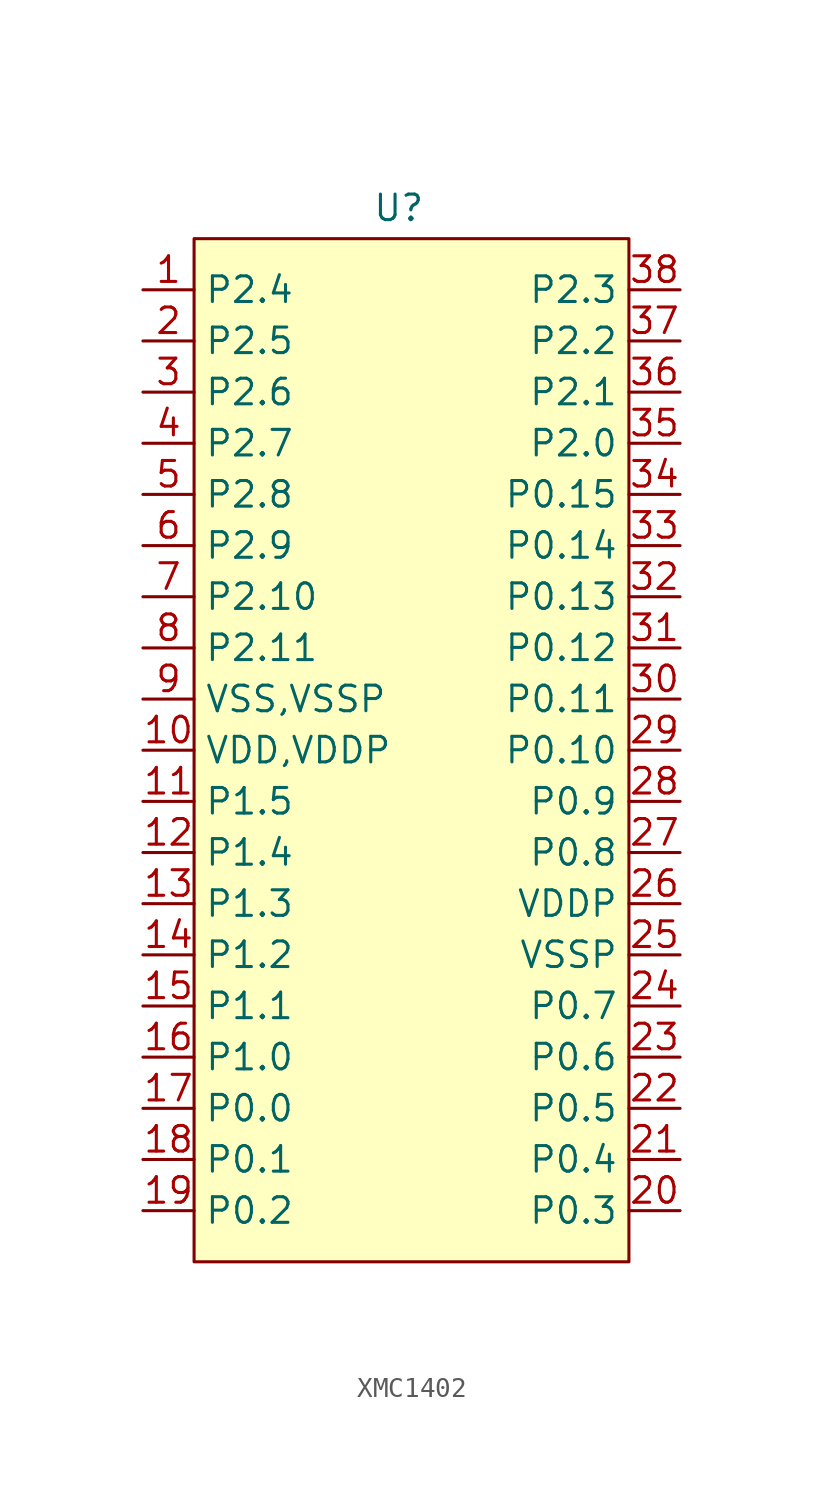
<source format=kicad_sym>
(kicad_symbol_lib
  (version 20231120)
  (generator "kicad_symbol_editor")
  (generator_version "8.0")
  (symbol "XMC1402"
    (property "Reference" "U"
      (at 3.81 15.494 0)
      (effects (font (size 1.27 1.27))))
    (property "Value" ""
      (at 0 0 0)
      (effects (font (size 1.27 1.27))))
    (symbol "XMC1402_1_1"
      (rectangle (start -6.35 13.97) (end 15.24 -36.83) (stroke (width 0) (type default)) (fill (type background)))
      (pin input line (at -8.89 11.43 0) (length 2.54) (name "P2.4" (effects (font (size 1.27 1.27)))) (number "1" (effects (font (size 1.27 1.27)))))
      (pin power_in line (at -8.89 -11.43 0) (length 2.54) (name "VDD,VDDP" (effects (font (size 1.27 1.27)))) (number "10" (effects (font (size 1.27 1.27)))))
      (pin input line (at -8.89 -13.97 0) (length 2.54) (name "P1.5" (effects (font (size 1.27 1.27)))) (number "11" (effects (font (size 1.27 1.27)))))
      (pin input line (at -8.89 -16.51 0) (length 2.54) (name "P1.4" (effects (font (size 1.27 1.27)))) (number "12" (effects (font (size 1.27 1.27)))))
      (pin input line (at -8.89 -19.05 0) (length 2.54) (name "P1.3" (effects (font (size 1.27 1.27)))) (number "13" (effects (font (size 1.27 1.27)))))
      (pin input line (at -8.89 -21.59 0) (length 2.54) (name "P1.2" (effects (font (size 1.27 1.27)))) (number "14" (effects (font (size 1.27 1.27)))))
      (pin input line (at -8.89 -24.13 0) (length 2.54) (name "P1.1" (effects (font (size 1.27 1.27)))) (number "15" (effects (font (size 1.27 1.27)))))
      (pin input line (at -8.89 -26.67 0) (length 2.54) (name "P1.0" (effects (font (size 1.27 1.27)))) (number "16" (effects (font (size 1.27 1.27)))))
      (pin input line (at -8.89 -29.21 0) (length 2.54) (name "P0.0" (effects (font (size 1.27 1.27)))) (number "17" (effects (font (size 1.27 1.27)))))
      (pin input line (at -8.89 -31.75 0) (length 2.54) (name "P0.1" (effects (font (size 1.27 1.27)))) (number "18" (effects (font (size 1.27 1.27)))))
      (pin input line (at -8.89 -34.29 0) (length 2.54) (name "P0.2" (effects (font (size 1.27 1.27)))) (number "19" (effects (font (size 1.27 1.27)))))
      (pin input line (at -8.89 8.89 0) (length 2.54) (name "P2.5" (effects (font (size 1.27 1.27)))) (number "2" (effects (font (size 1.27 1.27)))))
      (pin input line (at 17.78 -34.29 180) (length 2.54) (name "P0.3" (effects (font (size 1.27 1.27)))) (number "20" (effects (font (size 1.27 1.27)))))
      (pin input line (at 17.78 -31.75 180) (length 2.54) (name "P0.4" (effects (font (size 1.27 1.27)))) (number "21" (effects (font (size 1.27 1.27)))))
      (pin input line (at 17.78 -29.21 180) (length 2.54) (name "P0.5" (effects (font (size 1.27 1.27)))) (number "22" (effects (font (size 1.27 1.27)))))
      (pin input line (at 17.78 -26.67 180) (length 2.54) (name "P0.6" (effects (font (size 1.27 1.27)))) (number "23" (effects (font (size 1.27 1.27)))))
      (pin input line (at 17.78 -24.13 180) (length 2.54) (name "P0.7" (effects (font (size 1.27 1.27)))) (number "24" (effects (font (size 1.27 1.27)))))
      (pin power_in line (at 17.78 -21.59 180) (length 2.54) (name "VSSP" (effects (font (size 1.27 1.27)))) (number "25" (effects (font (size 1.27 1.27)))))
      (pin power_in line (at 17.78 -19.05 180) (length 2.54) (name "VDDP" (effects (font (size 1.27 1.27)))) (number "26" (effects (font (size 1.27 1.27)))))
      (pin input line (at 17.78 -16.51 180) (length 2.54) (name "P0.8" (effects (font (size 1.27 1.27)))) (number "27" (effects (font (size 1.27 1.27)))))
      (pin input line (at 17.78 -13.97 180) (length 2.54) (name "P0.9" (effects (font (size 1.27 1.27)))) (number "28" (effects (font (size 1.27 1.27)))))
      (pin input line (at 17.78 -11.43 180) (length 2.54) (name "P0.10" (effects (font (size 1.27 1.27)))) (number "29" (effects (font (size 1.27 1.27)))))
      (pin input line (at -8.89 6.35 0) (length 2.54) (name "P2.6" (effects (font (size 1.27 1.27)))) (number "3" (effects (font (size 1.27 1.27)))))
      (pin input line (at 17.78 -8.89 180) (length 2.54) (name "P0.11" (effects (font (size 1.27 1.27)))) (number "30" (effects (font (size 1.27 1.27)))))
      (pin input line (at 17.78 -6.35 180) (length 2.54) (name "P0.12" (effects (font (size 1.27 1.27)))) (number "31" (effects (font (size 1.27 1.27)))))
      (pin input line (at 17.78 -3.81 180) (length 2.54) (name "P0.13" (effects (font (size 1.27 1.27)))) (number "32" (effects (font (size 1.27 1.27)))))
      (pin input line (at 17.78 -1.27 180) (length 2.54) (name "P0.14" (effects (font (size 1.27 1.27)))) (number "33" (effects (font (size 1.27 1.27)))))
      (pin input line (at 17.78 1.27 180) (length 2.54) (name "P0.15" (effects (font (size 1.27 1.27)))) (number "34" (effects (font (size 1.27 1.27)))))
      (pin input line (at 17.78 3.81 180) (length 2.54) (name "P2.0" (effects (font (size 1.27 1.27)))) (number "35" (effects (font (size 1.27 1.27)))))
      (pin input line (at 17.78 6.35 180) (length 2.54) (name "P2.1" (effects (font (size 1.27 1.27)))) (number "36" (effects (font (size 1.27 1.27)))))
      (pin input line (at 17.78 8.89 180) (length 2.54) (name "P2.2" (effects (font (size 1.27 1.27)))) (number "37" (effects (font (size 1.27 1.27)))))
      (pin input line (at 17.78 11.43 180) (length 2.54) (name "P2.3" (effects (font (size 1.27 1.27)))) (number "38" (effects (font (size 1.27 1.27)))))
      (pin input line (at -8.89 3.81 0) (length 2.54) (name "P2.7" (effects (font (size 1.27 1.27)))) (number "4" (effects (font (size 1.27 1.27)))))
      (pin input line (at -8.89 1.27 0) (length 2.54) (name "P2.8" (effects (font (size 1.27 1.27)))) (number "5" (effects (font (size 1.27 1.27)))))
      (pin input line (at -8.89 -1.27 0) (length 2.54) (name "P2.9" (effects (font (size 1.27 1.27)))) (number "6" (effects (font (size 1.27 1.27)))))
      (pin input line (at -8.89 -3.81 0) (length 2.54) (name "P2.10" (effects (font (size 1.27 1.27)))) (number "7" (effects (font (size 1.27 1.27)))))
      (pin input line (at -8.89 -6.35 0) (length 2.54) (name "P2.11" (effects (font (size 1.27 1.27)))) (number "8" (effects (font (size 1.27 1.27)))))
      (pin power_in line (at -8.89 -8.89 0) (length 2.54) (name "VSS,VSSP" (effects (font (size 1.27 1.27)))) (number "9" (effects (font (size 1.27 1.27))))))))
</source>
